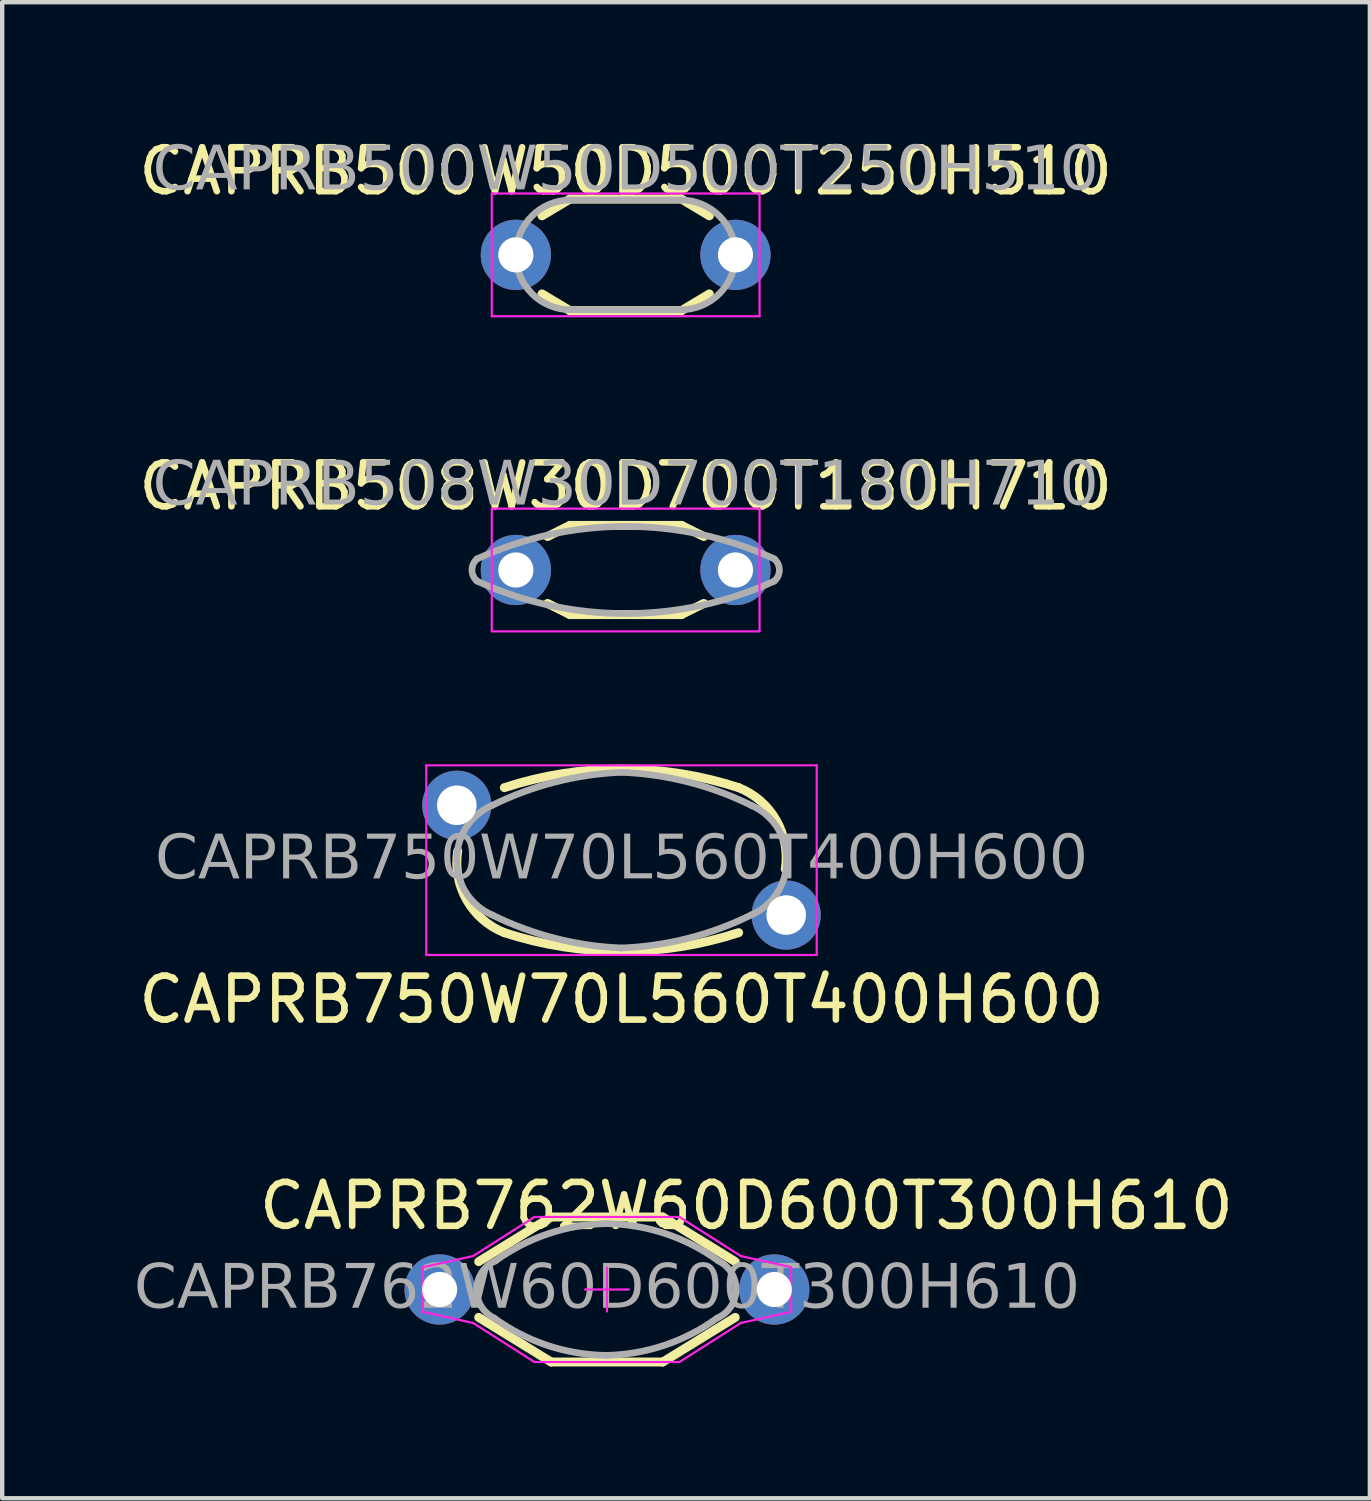
<source format=kicad_pcb>
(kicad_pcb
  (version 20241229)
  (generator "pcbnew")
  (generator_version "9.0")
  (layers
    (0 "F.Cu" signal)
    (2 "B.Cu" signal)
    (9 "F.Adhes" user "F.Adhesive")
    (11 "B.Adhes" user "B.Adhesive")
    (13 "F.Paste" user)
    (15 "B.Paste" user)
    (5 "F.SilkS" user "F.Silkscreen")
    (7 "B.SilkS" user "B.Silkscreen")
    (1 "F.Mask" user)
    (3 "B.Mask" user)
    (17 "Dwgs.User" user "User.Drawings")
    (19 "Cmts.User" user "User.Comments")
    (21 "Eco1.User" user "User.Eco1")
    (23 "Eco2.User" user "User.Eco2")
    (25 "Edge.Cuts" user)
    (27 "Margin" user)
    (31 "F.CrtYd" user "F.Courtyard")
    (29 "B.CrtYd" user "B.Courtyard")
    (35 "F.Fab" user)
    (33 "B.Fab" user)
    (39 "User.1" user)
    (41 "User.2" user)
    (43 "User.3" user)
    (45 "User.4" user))
  (footprint "CAPRB750W70L560T400H600"
    (layer "F.Cu")
    (at 11.101 16.535)
    (property "Reference" "CAPRB750W70L560T400H600" (at 0 3.175 0) (layer "F.SilkS") (effects (font (size 1 1) (thickness 0.15))))
    (attr through_hole)
    (fp_arc (start -2.667001 -1.650999) (mid 0 -2.07581) (end 2.667 -1.650999) (stroke (width 0.2032) (type default)) (layer "F.SilkS"))
    (fp_arc (start -2.667 1.650999) (mid -3.52458 0.907945) (end -3.728688 -0.20826) (stroke (width 0.2032) (type default)) (layer "F.SilkS"))
    (fp_arc (start 2.667 -1.650998) (mid 3.52458 -0.907944) (end 3.728688 0.208261) (stroke (width 0.2032) (type default)) (layer "F.SilkS"))
    (fp_arc (start 2.667001 1.651) (mid 0 2.075811) (end -2.667 1.651) (stroke (width 0.2032) (type default)) (layer "F.SilkS"))
    (fp_line (start -4.445 -2.159) (end -4.445 2.159) (stroke (width 0.05) (type solid)) (layer "F.CrtYd"))
    (fp_line (start -4.445 -2.159) (end 4.445 -2.159) (stroke (width 0.05) (type solid)) (layer "F.CrtYd"))
    (fp_line (start -4.445 2.159) (end 4.445 2.159) (stroke (width 0.05) (type solid)) (layer "F.CrtYd"))
    (fp_line (start 4.445 -2.159) (end 4.445 2.159) (stroke (width 0.05) (type solid)) (layer "F.CrtYd"))
    (fp_arc (start -3.75 0) (mid -3.535091 -0.748233) (end -2.939886 -1.25) (stroke (width 0.1524) (type default)) (layer "F.Fab"))
    (fp_arc (start -2.939886 -1.25) (mid -1.50716 -1.779728) (end 0.004394 -2) (stroke (width 0.1524) (type default)) (layer "F.Fab"))
    (fp_arc (start -2.939886 1.25) (mid -3.535091 0.748233) (end -3.75 0) (stroke (width 0.1524) (type default)) (layer "F.Fab"))
    (fp_arc (start 0.004394 -2) (mid 1.515948 -1.779728) (end 2.948674 -1.25) (stroke (width 0.1524) (type default)) (layer "F.Fab"))
    (fp_arc (start 0.004394 2) (mid -1.50716 1.779728) (end -2.939886 1.25) (stroke (width 0.1524) (type default)) (layer "F.Fab"))
    (fp_arc (start 2.948674 -1.25) (mid 3.543879 -0.748233) (end 3.758788 0) (stroke (width 0.1524) (type default)) (layer "F.Fab"))
    (fp_arc (start 2.948674 1.25) (mid 1.515948 1.779728) (end 0.004394 2) (stroke (width 0.1524) (type default)) (layer "F.Fab"))
    (fp_arc (start 3.758788 0) (mid 3.543879 0.748233) (end 2.948674 1.25) (stroke (width 0.1524) (type default)) (layer "F.Fab"))
    (fp_text user "${REFERENCE}" (at 0 0 0) (layer "F.Fab") (effects (font (face "Tahoma") (size 1 1) (thickness 0.15))))
    (pad "1" thru_hole circle (at -3.75 -1.25) (size 1.575 1.575) (drill 0.9) (layers "*.Cu" "*.Mask"))
    (pad "2" thru_hole circle (at 3.75 1.25) (size 1.575 1.575) (drill 0.9) (layers "*.Cu" "*.Mask")))
  (footprint "CAPRB508W30D700T180H710"
    (layer "F.Cu")
    (at 11.196 9.928)
    (property "Reference" "CAPRB508W30D700T180H710" (at 0 -1.905 0) (layer "F.SilkS") (effects (font (size 1 1) (thickness 0.15))))
    (attr through_hole)
    (fp_line (start -1.27 -1.016) (end -1.778 -0.762) (stroke (width 0.203) (type default)) (layer "F.SilkS"))
    (fp_line (start -1.27 -1.016) (end 1.27 -1.016) (stroke (width 0.203) (type solid)) (layer "F.SilkS"))
    (fp_line (start -1.27 1.016) (end -1.778 0.762) (stroke (width 0.203) (type default)) (layer "F.SilkS"))
    (fp_line (start -1.27 1.016) (end 1.27 1.016) (stroke (width 0.203) (type solid)) (layer "F.SilkS"))
    (fp_line (start 1.27 -1.016) (end 1.778 -0.762) (stroke (width 0.203) (type default)) (layer "F.SilkS"))
    (fp_line (start 1.27 1.016) (end 1.778 0.762) (stroke (width 0.203) (type default)) (layer "F.SilkS"))
    (fp_line (start -3.048 -1.397) (end -3.048 1.397) (stroke (width 0.05) (type solid)) (layer "F.CrtYd"))
    (fp_line (start -3.048 1.397) (end 3.048 1.397) (stroke (width 0.05) (type solid)) (layer "F.CrtYd"))
    (fp_line (start 3.048 -1.397) (end -3.048 -1.397) (stroke (width 0.05) (type solid)) (layer "F.CrtYd"))
    (fp_line (start 3.048 1.397) (end 3.048 -1.397) (stroke (width 0.05) (type solid)) (layer "F.CrtYd"))
    (fp_arc (start -3.381557 -0.254) (mid 0 -0.992116) (end 3.381557 -0.254) (stroke (width 0.1524) (type default)) (layer "F.Fab"))
    (fp_arc (start -3.381557 0.254) (mid -3.5 0) (end -3.381557 -0.254) (stroke (width 0.1524) (type default)) (layer "F.Fab"))
    (fp_arc (start 3.381557 -0.254) (mid 3.5 0) (end 3.381557 0.254) (stroke (width 0.1524) (type default)) (layer "F.Fab"))
    (fp_arc (start 3.381557 0.254) (mid 0 0.992116) (end -3.381557 0.254) (stroke (width 0.1524) (type default)) (layer "F.Fab"))
    (fp_text user "${REFERENCE}" (at 0 -1.905 0) (layer "F.Fab") (effects (font (face "Tahoma") (size 1 1) (thickness 0.09))))
    (pad "1" thru_hole circle (at -2.5 0) (size 1.6 1.6) (drill 0.8) (layers "*.Cu" "*.Mask"))
    (pad "2" thru_hole circle (at 2.5 0) (size 1.6 1.6) (drill 0.8) (layers "*.Cu" "*.Mask")))
  (footprint "CAPRB762W60D600T300H610"
    (layer "F.Cu")
    (at 10.77 26.311)
    (property "Reference" "CAPRB762W60D600T300H610" (at 3.175 -1.905 0) (layer "F.SilkS") (effects (font (size 1 1) (thickness 0.15))))
    (attr through_hole)
    (fp_line (start -1.27 -1.651) (end -2.921 -0.635) (stroke (width 0.203) (type default)) (layer "F.SilkS"))
    (fp_line (start -1.27 1.651) (end -2.921 0.635) (stroke (width 0.203) (type default)) (layer "F.SilkS"))
    (fp_line (start -1.27 1.651) (end 1.27 1.651) (stroke (width 0.203) (type solid)) (layer "F.SilkS"))
    (fp_line (start 1.27 -1.651) (end -1.27 -1.651) (stroke (width 0.203) (type solid)) (layer "F.SilkS"))
    (fp_line (start 1.27 -1.651) (end 2.921 -0.635) (stroke (width 0.203) (type default)) (layer "F.SilkS"))
    (fp_line (start 1.27 1.651) (end 2.921 0.635) (stroke (width 0.203) (type default)) (layer "F.SilkS"))
    (fp_line (start -4.191 -0.508) (end -4.191 0) (stroke (width 0.05) (type solid)) (layer "F.CrtYd"))
    (fp_line (start -4.191 -0.508) (end -3.048 -0.762) (stroke (width 0.05) (type solid)) (layer "F.CrtYd"))
    (fp_line (start -4.191 0.508) (end -4.191 0) (stroke (width 0.05) (type solid)) (layer "F.CrtYd"))
    (fp_line (start -4.191 0.508) (end -3.048 0.762) (stroke (width 0.05) (type solid)) (layer "F.CrtYd"))
    (fp_line (start -3.048 -0.762) (end -1.651 -1.651) (stroke (width 0.05) (type solid)) (layer "F.CrtYd"))
    (fp_line (start -3.048 0.762) (end -1.651 1.651) (stroke (width 0.05) (type solid)) (layer "F.CrtYd"))
    (fp_line (start -0.5 0) (end 0.5 0) (stroke (width 0.05) (type default)) (layer "F.CrtYd"))
    (fp_line (start 0 -1.651) (end -1.651 -1.651) (stroke (width 0.05) (type solid)) (layer "F.CrtYd"))
    (fp_line (start 0 -1.651) (end 1.651 -1.651) (stroke (width 0.05) (type solid)) (layer "F.CrtYd"))
    (fp_line (start 0 0.5) (end 0 -0.5) (stroke (width 0.05) (type default)) (layer "F.CrtYd"))
    (fp_line (start 0 1.651) (end -1.651 1.651) (stroke (width 0.05) (type solid)) (layer "F.CrtYd"))
    (fp_line (start 0 1.651) (end 1.651 1.651) (stroke (width 0.05) (type solid)) (layer "F.CrtYd"))
    (fp_line (start 3.048 -0.762) (end 1.651 -1.651) (stroke (width 0.05) (type solid)) (layer "F.CrtYd"))
    (fp_line (start 3.048 0.762) (end 1.651 1.651) (stroke (width 0.05) (type solid)) (layer "F.CrtYd"))
    (fp_line (start 4.191 -0.508) (end 3.048 -0.762) (stroke (width 0.05) (type solid)) (layer "F.CrtYd"))
    (fp_line (start 4.191 -0.508) (end 4.191 0) (stroke (width 0.05) (type solid)) (layer "F.CrtYd"))
    (fp_line (start 4.191 0.508) (end 3.048 0.762) (stroke (width 0.05) (type solid)) (layer "F.CrtYd"))
    (fp_line (start 4.191 0.508) (end 4.191 0) (stroke (width 0.05) (type solid)) (layer "F.CrtYd"))
    (fp_arc (start -2.568451 0.65) (mid -2.968322 -0.009062) (end -2.54 -0.65) (stroke (width 0.1524) (type default)) (layer "F.Fab"))
    (fp_arc (start -2.54 -0.65) (mid -1.335414 -1.270472) (end 0 -1.5) (stroke (width 0.1524) (type default)) (layer "F.Fab"))
    (fp_arc (start -0.028451 1.5) (mid -1.363865 1.270472) (end -2.568451 0.65) (stroke (width 0.1524) (type default)) (layer "F.Fab"))
    (fp_arc (start 0 -1.5) (mid 1.335414 -1.270472) (end 2.54 -0.65) (stroke (width 0.1524) (type default)) (layer "F.Fab"))
    (fp_arc (start 2.511549 0.65) (mid 1.306963 1.270472) (end -0.028451 1.5) (stroke (width 0.1524) (type default)) (layer "F.Fab"))
    (fp_arc (start 2.54 -0.65) (mid 2.939871 0.009062) (end 2.511549 0.65) (stroke (width 0.1524) (type default)) (layer "F.Fab"))
    (fp_text user "${REFERENCE}" (at 0 0 0) (layer "F.Fab") (effects (font (face "Tahoma") (size 1 1) (thickness 0.09))))
    (pad "1" thru_hole circle (at -3.81 0) (size 1.6 1.6) (drill 0.8) (layers "*.Cu" "*.Mask"))
    (pad "2" thru_hole circle (at 3.81 0) (size 1.6 1.6) (drill 0.8) (layers "*.Cu" "*.Mask")))
  (footprint "CAPRB500W50D500T250H510"
    (layer "F.Cu")
    (at 11.196 2.753)
    (property "Reference" "CAPRB500W50D500T250H510" (at 0 -1.905 0) (layer "F.SilkS") (effects (font (size 1 1) (thickness 0.15))))
    (attr through_hole)
    (fp_line (start -1.27 -1.27) (end -1.905 -0.889) (stroke (width 0.203) (type default)) (layer "F.SilkS"))
    (fp_line (start -1.27 -1.27) (end 1.27 -1.27) (stroke (width 0.203) (type solid)) (layer "F.SilkS"))
    (fp_line (start -1.27 1.27) (end -1.905 0.889) (stroke (width 0.203) (type default)) (layer "F.SilkS"))
    (fp_line (start -1.27 1.27) (end 1.27 1.27) (stroke (width 0.203) (type solid)) (layer "F.SilkS"))
    (fp_line (start 1.27 -1.27) (end 1.905 -0.889) (stroke (width 0.203) (type default)) (layer "F.SilkS"))
    (fp_line (start 1.27 1.27) (end 1.905 0.889) (stroke (width 0.203) (type default)) (layer "F.SilkS"))
    (fp_line (start -3.048 -1.397) (end -3.048 1.397) (stroke (width 0.05) (type solid)) (layer "F.CrtYd"))
    (fp_line (start -3.048 1.397) (end 3.048 1.397) (stroke (width 0.05) (type solid)) (layer "F.CrtYd"))
    (fp_line (start 3.048 -1.397) (end -3.048 -1.397) (stroke (width 0.05) (type solid)) (layer "F.CrtYd"))
    (fp_line (start 3.048 1.397) (end 3.048 -1.397) (stroke (width 0.05) (type solid)) (layer "F.CrtYd"))
    (fp_line (start -1.27 1.25) (end 0 1.25) (stroke (width 0.152) (type solid)) (layer "F.Fab"))
    (fp_line (start 0 -1.25) (end -1.25 -1.25) (stroke (width 0.152) (type solid)) (layer "F.Fab"))
    (fp_line (start 0 1.25) (end 1.25 1.25) (stroke (width 0.152) (type solid)) (layer "F.Fab"))
    (fp_line (start 1.27 -1.25) (end 0 -1.25) (stroke (width 0.152) (type solid)) (layer "F.Fab"))
    (fp_arc (start -2.5 0) (mid -2.133884 -0.883884) (end -1.25 -1.25) (stroke (width 0.1524) (type default)) (layer "F.Fab"))
    (fp_arc (start -1.25 1.25) (mid -2.133884 0.883884) (end -2.5 0) (stroke (width 0.1524) (type default)) (layer "F.Fab"))
    (fp_arc (start 1.25 -1.25) (mid 2.133884 -0.883884) (end 2.5 0) (stroke (width 0.1524) (type default)) (layer "F.Fab"))
    (fp_arc (start 2.5 0) (mid 2.133884 0.883884) (end 1.25 1.25) (stroke (width 0.1524) (type default)) (layer "F.Fab"))
    (fp_text user "${REFERENCE}" (at 0 -1.905 0) (layer "F.Fab") (effects (font (face "Tahoma") (size 1 1) (thickness 0.09))))
    (pad "1" thru_hole circle (at -2.5 0) (size 1.6 1.6) (drill 0.8) (layers "*.Cu" "*.Mask"))
    (pad "2" thru_hole circle (at 2.5 0) (size 1.6 1.6) (drill 0.8) (layers "*.Cu" "*.Mask")))
  (gr_rect
    (start -3 -3)
    (end 28.141 31.064)
    (stroke (width 0.1) (type default))
    (fill no)
    (layer "Edge.Cuts")))
</source>
